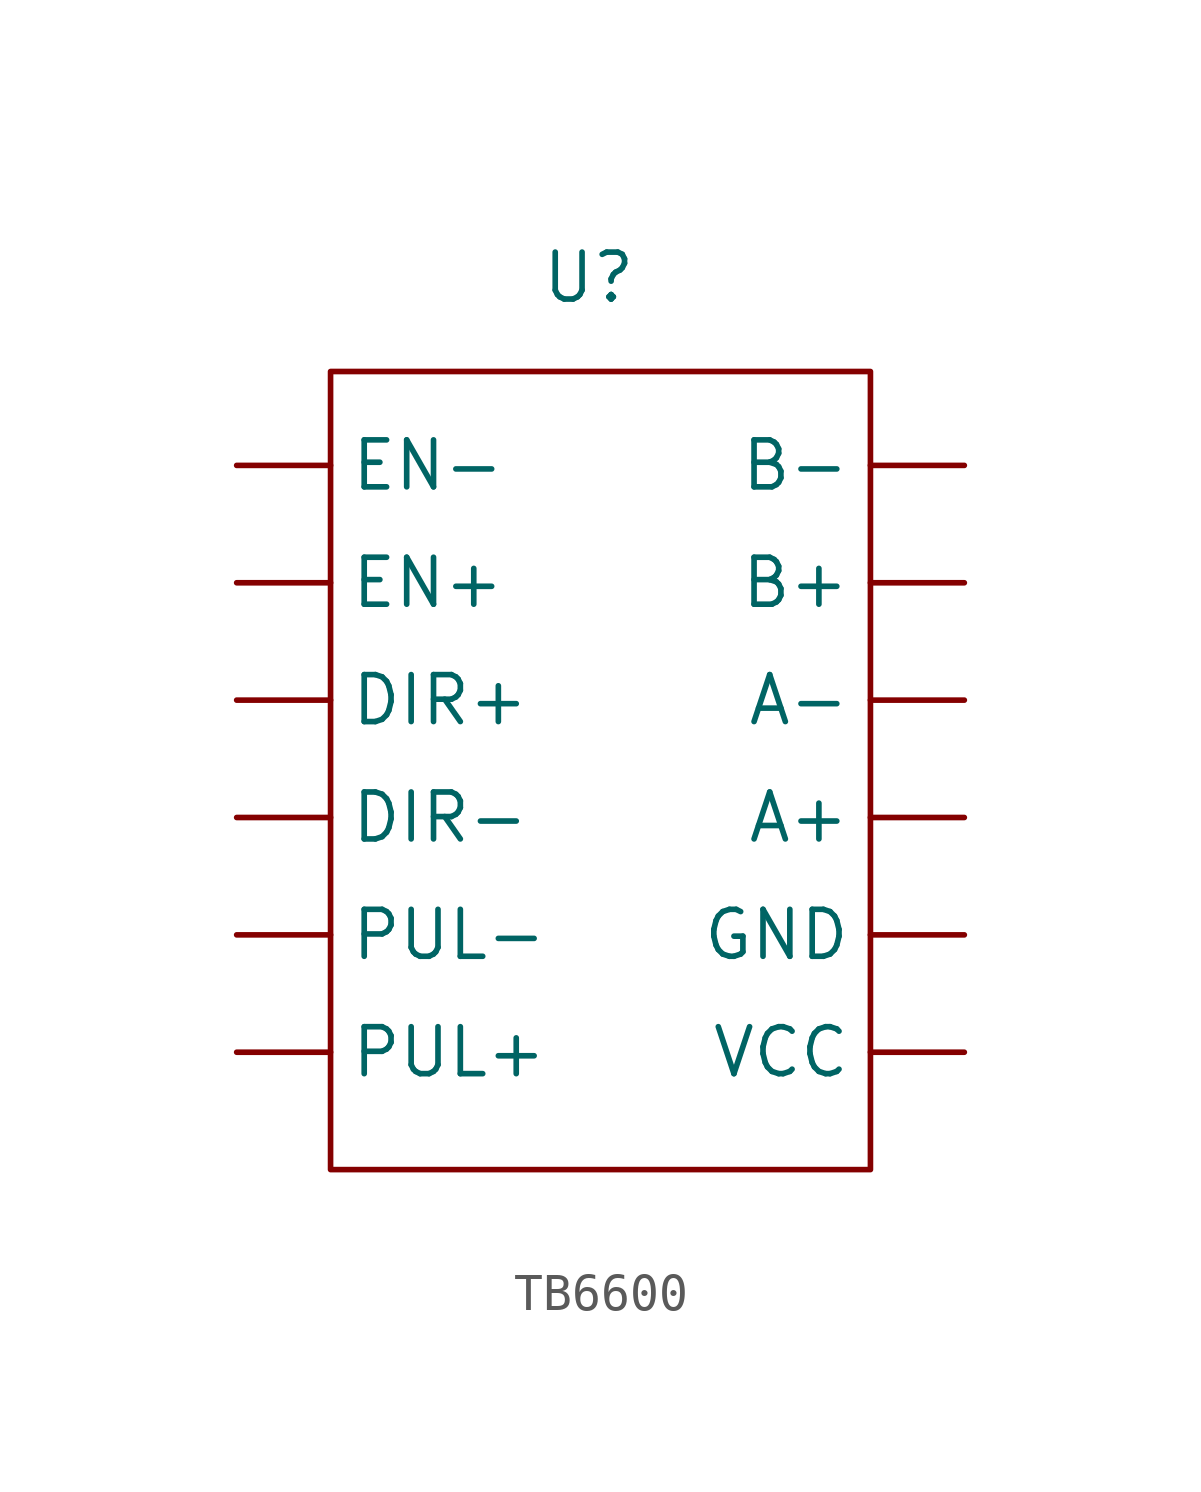
<source format=kicad_sym>
(kicad_symbol_lib
  (version 20220914)
  (generator kicad_symbol_editor)
  (symbol "TB6600"
    (property "Reference" "U"
      (at 0 12.7 0)
      (effects (font (size 1.27 1.27))))
    (property "Value" ""
      (at -5.08 5.08 0)
      (effects (font (size 1.27 1.27))))
    (symbol "TB6600_0_1"
      (rectangle (start -6.985 10.16) (end 7.62 -11.43) (stroke (width 0) (type default)) (fill (type none))))
    (symbol "TB6600_1_1"
      (pin output line (at 10.16 -1.905 180) (length 2.54) (name "A+" (effects (font (size 1.27 1.27)))) (number "" (effects (font (size 1.27 1.27)))))
      (pin output line (at 10.16 1.27 180) (length 2.54) (name "A-" (effects (font (size 1.27 1.27)))) (number "" (effects (font (size 1.27 1.27)))))
      (pin output line (at 10.16 4.445 180) (length 2.54) (name "B+" (effects (font (size 1.27 1.27)))) (number "" (effects (font (size 1.27 1.27)))))
      (pin output line (at 10.16 7.62 180) (length 2.54) (name "B-" (effects (font (size 1.27 1.27)))) (number "" (effects (font (size 1.27 1.27)))))
      (pin output line (at -9.525 1.27 0) (length 2.54) (name "DIR+" (effects (font (size 1.27 1.27)))) (number "" (effects (font (size 1.27 1.27)))))
      (pin input line (at -9.525 -1.905 0) (length 2.54) (name "DIR-" (effects (font (size 1.27 1.27)))) (number "" (effects (font (size 1.27 1.27)))))
      (pin input line (at -9.525 4.445 0) (length 2.54) (name "EN+" (effects (font (size 1.27 1.27)))) (number "" (effects (font (size 1.27 1.27)))))
      (pin input line (at -9.525 7.62 0) (length 2.54) (name "EN-" (effects (font (size 1.27 1.27)))) (number "" (effects (font (size 1.27 1.27)))))
      (pin input line (at 10.16 -5.08 180) (length 2.54) (name "GND" (effects (font (size 1.27 1.27)))) (number "" (effects (font (size 1.27 1.27)))))
      (pin input line (at -9.525 -8.255 0) (length 2.54) (name "PUL+" (effects (font (size 1.27 1.27)))) (number "" (effects (font (size 1.27 1.27)))))
      (pin input line (at -9.525 -5.08 0) (length 2.54) (name "PUL-" (effects (font (size 1.27 1.27)))) (number "" (effects (font (size 1.27 1.27)))))
      (pin input line (at 10.16 -8.255 180) (length 2.54) (name "VCC" (effects (font (size 1.27 1.27)))) (number "" (effects (font (size 1.27 1.27))))))))
</source>
